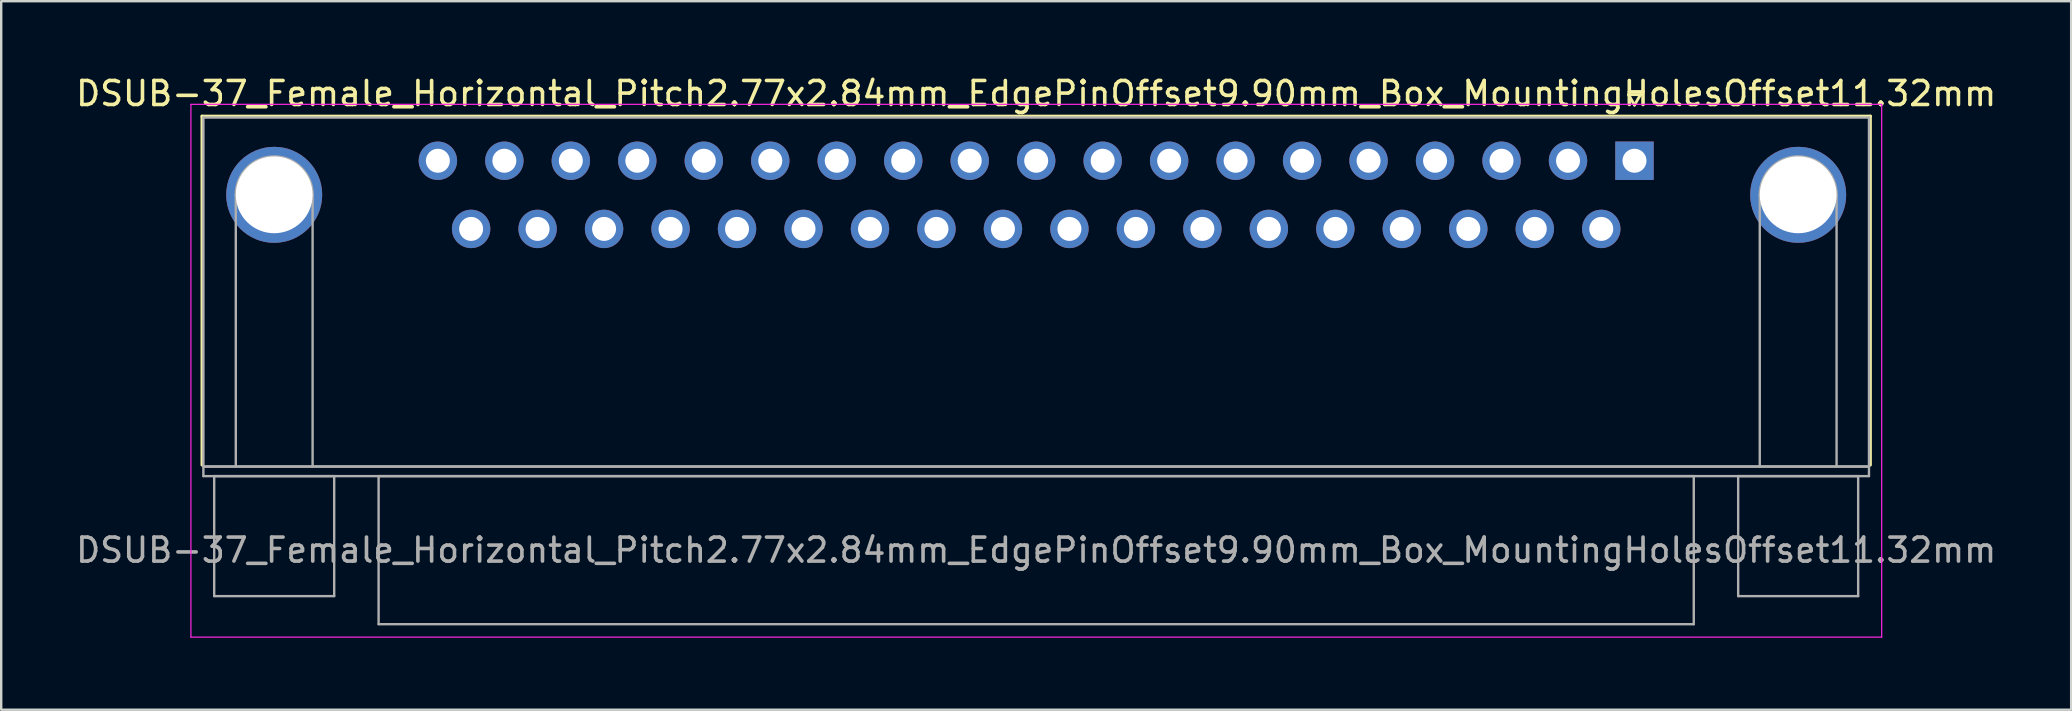
<source format=kicad_pcb>
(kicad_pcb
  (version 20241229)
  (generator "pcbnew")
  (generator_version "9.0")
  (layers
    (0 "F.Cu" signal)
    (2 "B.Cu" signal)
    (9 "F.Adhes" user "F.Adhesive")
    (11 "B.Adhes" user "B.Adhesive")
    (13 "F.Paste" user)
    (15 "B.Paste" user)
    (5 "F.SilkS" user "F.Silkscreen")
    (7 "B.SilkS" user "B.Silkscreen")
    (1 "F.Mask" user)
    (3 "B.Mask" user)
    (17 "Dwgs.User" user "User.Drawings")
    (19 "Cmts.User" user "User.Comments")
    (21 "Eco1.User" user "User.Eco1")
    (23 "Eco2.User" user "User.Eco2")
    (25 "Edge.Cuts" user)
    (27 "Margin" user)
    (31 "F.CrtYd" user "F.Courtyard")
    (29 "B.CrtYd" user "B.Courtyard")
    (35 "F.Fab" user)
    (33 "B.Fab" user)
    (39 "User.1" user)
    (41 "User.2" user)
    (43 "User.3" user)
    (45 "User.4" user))
  (footprint "DSUB-37_Female_Horizontal_Pitch2.77x2.84mm_EdgePinOffset9.90mm_Box_MountingHolesOffset11.32mm"
    (layer "F.Cu")
    (at 65.055 3.648)
    (property "Reference" "DSUB-37_Female_Horizontal_Pitch2.77x2.84mm_EdgePinOffset9.90mm_Box_MountingHolesOffset11.32mm" (at -24.93 -2.8 0) (layer "F.SilkS") (effects (font (size 1 1) (thickness 0.15))))
    (attr through_hole)
    (fp_line (start -59.69 -1.86) (end 9.83 -1.86) (stroke (width 0.12) (type solid)) (layer "F.SilkS"))
    (fp_line (start -59.69 12.68) (end -59.69 -1.86) (stroke (width 0.12) (type solid)) (layer "F.SilkS"))
    (fp_line (start -0.25 -2.754) (end 0.25 -2.754) (stroke (width 0.12) (type solid)) (layer "F.SilkS"))
    (fp_line (start 0 -2.321) (end -0.25 -2.754) (stroke (width 0.12) (type solid)) (layer "F.SilkS"))
    (fp_line (start 0.25 -2.754) (end 0 -2.321) (stroke (width 0.12) (type solid)) (layer "F.SilkS"))
    (fp_line (start 9.83 -1.86) (end 9.83 12.68) (stroke (width 0.12) (type solid)) (layer "F.SilkS"))
    (fp_line (start -60.15 -2.35) (end -60.15 19.85) (stroke (width 0.05) (type solid)) (layer "F.CrtYd"))
    (fp_line (start -60.15 19.85) (end 10.3 19.85) (stroke (width 0.05) (type solid)) (layer "F.CrtYd"))
    (fp_line (start 10.3 -2.35) (end -60.15 -2.35) (stroke (width 0.05) (type solid)) (layer "F.CrtYd"))
    (fp_line (start 10.3 19.85) (end 10.3 -2.35) (stroke (width 0.05) (type solid)) (layer "F.CrtYd"))
    (fp_line (start -59.63 -1.8) (end -59.63 12.74) (stroke (width 0.1) (type solid)) (layer "F.Fab"))
    (fp_line (start -59.63 12.74) (end -59.63 13.14) (stroke (width 0.1) (type solid)) (layer "F.Fab"))
    (fp_line (start -59.63 12.74) (end 9.77 12.74) (stroke (width 0.1) (type solid)) (layer "F.Fab"))
    (fp_line (start -59.63 13.14) (end 9.77 13.14) (stroke (width 0.1) (type solid)) (layer "F.Fab"))
    (fp_line (start -59.18 13.14) (end -59.18 18.14) (stroke (width 0.1) (type solid)) (layer "F.Fab"))
    (fp_line (start -59.18 18.14) (end -54.18 18.14) (stroke (width 0.1) (type solid)) (layer "F.Fab"))
    (fp_line (start -58.28 12.74) (end -58.28 1.42) (stroke (width 0.1) (type solid)) (layer "F.Fab"))
    (fp_line (start -55.08 12.74) (end -55.08 1.42) (stroke (width 0.1) (type solid)) (layer "F.Fab"))
    (fp_line (start -54.18 13.14) (end -59.18 13.14) (stroke (width 0.1) (type solid)) (layer "F.Fab"))
    (fp_line (start -54.18 18.14) (end -54.18 13.14) (stroke (width 0.1) (type solid)) (layer "F.Fab"))
    (fp_line (start -52.33 13.14) (end -52.33 19.31) (stroke (width 0.1) (type solid)) (layer "F.Fab"))
    (fp_line (start -52.33 19.31) (end 2.47 19.31) (stroke (width 0.1) (type solid)) (layer "F.Fab"))
    (fp_line (start 2.47 13.14) (end -52.33 13.14) (stroke (width 0.1) (type solid)) (layer "F.Fab"))
    (fp_line (start 2.47 19.31) (end 2.47 13.14) (stroke (width 0.1) (type solid)) (layer "F.Fab"))
    (fp_line (start 4.32 13.14) (end 4.32 18.14) (stroke (width 0.1) (type solid)) (layer "F.Fab"))
    (fp_line (start 4.32 18.14) (end 9.32 18.14) (stroke (width 0.1) (type solid)) (layer "F.Fab"))
    (fp_line (start 5.22 12.74) (end 5.22 1.42) (stroke (width 0.1) (type solid)) (layer "F.Fab"))
    (fp_line (start 8.42 12.74) (end 8.42 1.42) (stroke (width 0.1) (type solid)) (layer "F.Fab"))
    (fp_line (start 9.32 13.14) (end 4.32 13.14) (stroke (width 0.1) (type solid)) (layer "F.Fab"))
    (fp_line (start 9.32 18.14) (end 9.32 13.14) (stroke (width 0.1) (type solid)) (layer "F.Fab"))
    (fp_line (start 9.77 -1.8) (end -59.63 -1.8) (stroke (width 0.1) (type solid)) (layer "F.Fab"))
    (fp_line (start 9.77 12.74) (end -59.63 12.74) (stroke (width 0.1) (type solid)) (layer "F.Fab"))
    (fp_line (start 9.77 12.74) (end 9.77 -1.8) (stroke (width 0.1) (type solid)) (layer "F.Fab"))
    (fp_line (start 9.77 13.14) (end 9.77 12.74) (stroke (width 0.1) (type solid)) (layer "F.Fab"))
    (fp_arc (start -58.28 1.42) (mid -56.68 -0.18) (end -55.08 1.42) (stroke (width 0.1) (type solid)) (layer "F.Fab"))
    (fp_arc (start 5.22 1.42) (mid 6.82 -0.18) (end 8.42 1.42) (stroke (width 0.1) (type solid)) (layer "F.Fab"))
    (fp_text user "${REFERENCE}" (at -24.93 16.225 0) (layer "F.Fab") (effects (font (size 1 1) (thickness 0.15))))
    (pad "0" thru_hole circle (at -56.68 1.42) (size 4 4) (drill 3.2) (layers "*.Cu" "*.Mask"))
    (pad "0" thru_hole circle (at 6.82 1.42) (size 4 4) (drill 3.2) (layers "*.Cu" "*.Mask"))
    (pad "1" thru_hole rect (at 0 0) (size 1.6 1.6) (drill 1) (layers "*.Cu" "*.Mask"))
    (pad "2" thru_hole circle (at -2.77 0) (size 1.6 1.6) (drill 1) (layers "*.Cu" "*.Mask"))
    (pad "3" thru_hole circle (at -5.54 0) (size 1.6 1.6) (drill 1) (layers "*.Cu" "*.Mask"))
    (pad "4" thru_hole circle (at -8.31 0) (size 1.6 1.6) (drill 1) (layers "*.Cu" "*.Mask"))
    (pad "5" thru_hole circle (at -11.08 0) (size 1.6 1.6) (drill 1) (layers "*.Cu" "*.Mask"))
    (pad "6" thru_hole circle (at -13.85 0) (size 1.6 1.6) (drill 1) (layers "*.Cu" "*.Mask"))
    (pad "7" thru_hole circle (at -16.62 0) (size 1.6 1.6) (drill 1) (layers "*.Cu" "*.Mask"))
    (pad "8" thru_hole circle (at -19.39 0) (size 1.6 1.6) (drill 1) (layers "*.Cu" "*.Mask"))
    (pad "9" thru_hole circle (at -22.16 0) (size 1.6 1.6) (drill 1) (layers "*.Cu" "*.Mask"))
    (pad "10" thru_hole circle (at -24.93 0) (size 1.6 1.6) (drill 1) (layers "*.Cu" "*.Mask"))
    (pad "11" thru_hole circle (at -27.7 0) (size 1.6 1.6) (drill 1) (layers "*.Cu" "*.Mask"))
    (pad "12" thru_hole circle (at -30.47 0) (size 1.6 1.6) (drill 1) (layers "*.Cu" "*.Mask"))
    (pad "13" thru_hole circle (at -33.24 0) (size 1.6 1.6) (drill 1) (layers "*.Cu" "*.Mask"))
    (pad "14" thru_hole circle (at -36.01 0) (size 1.6 1.6) (drill 1) (layers "*.Cu" "*.Mask"))
    (pad "15" thru_hole circle (at -38.78 0) (size 1.6 1.6) (drill 1) (layers "*.Cu" "*.Mask"))
    (pad "16" thru_hole circle (at -41.55 0) (size 1.6 1.6) (drill 1) (layers "*.Cu" "*.Mask"))
    (pad "17" thru_hole circle (at -44.32 0) (size 1.6 1.6) (drill 1) (layers "*.Cu" "*.Mask"))
    (pad "18" thru_hole circle (at -47.09 0) (size 1.6 1.6) (drill 1) (layers "*.Cu" "*.Mask"))
    (pad "19" thru_hole circle (at -49.86 0) (size 1.6 1.6) (drill 1) (layers "*.Cu" "*.Mask"))
    (pad "20" thru_hole circle (at -1.385 2.84) (size 1.6 1.6) (drill 1) (layers "*.Cu" "*.Mask"))
    (pad "21" thru_hole circle (at -4.155 2.84) (size 1.6 1.6) (drill 1) (layers "*.Cu" "*.Mask"))
    (pad "22" thru_hole circle (at -6.925 2.84) (size 1.6 1.6) (drill 1) (layers "*.Cu" "*.Mask"))
    (pad "23" thru_hole circle (at -9.695 2.84) (size 1.6 1.6) (drill 1) (layers "*.Cu" "*.Mask"))
    (pad "24" thru_hole circle (at -12.465 2.84) (size 1.6 1.6) (drill 1) (layers "*.Cu" "*.Mask"))
    (pad "25" thru_hole circle (at -15.235 2.84) (size 1.6 1.6) (drill 1) (layers "*.Cu" "*.Mask"))
    (pad "26" thru_hole circle (at -18.005 2.84) (size 1.6 1.6) (drill 1) (layers "*.Cu" "*.Mask"))
    (pad "27" thru_hole circle (at -20.775 2.84) (size 1.6 1.6) (drill 1) (layers "*.Cu" "*.Mask"))
    (pad "28" thru_hole circle (at -23.545 2.84) (size 1.6 1.6) (drill 1) (layers "*.Cu" "*.Mask"))
    (pad "29" thru_hole circle (at -26.315 2.84) (size 1.6 1.6) (drill 1) (layers "*.Cu" "*.Mask"))
    (pad "30" thru_hole circle (at -29.085 2.84) (size 1.6 1.6) (drill 1) (layers "*.Cu" "*.Mask"))
    (pad "31" thru_hole circle (at -31.855 2.84) (size 1.6 1.6) (drill 1) (layers "*.Cu" "*.Mask"))
    (pad "32" thru_hole circle (at -34.625 2.84) (size 1.6 1.6) (drill 1) (layers "*.Cu" "*.Mask"))
    (pad "33" thru_hole circle (at -37.395 2.84) (size 1.6 1.6) (drill 1) (layers "*.Cu" "*.Mask"))
    (pad "34" thru_hole circle (at -40.165 2.84) (size 1.6 1.6) (drill 1) (layers "*.Cu" "*.Mask"))
    (pad "35" thru_hole circle (at -42.935 2.84) (size 1.6 1.6) (drill 1) (layers "*.Cu" "*.Mask"))
    (pad "36" thru_hole circle (at -45.705 2.84) (size 1.6 1.6) (drill 1) (layers "*.Cu" "*.Mask"))
    (pad "37" thru_hole circle (at -48.475 2.84) (size 1.6 1.6) (drill 1) (layers "*.Cu" "*.Mask")))
  (gr_rect
    (start -3 -3)
    (end 83.25 26.523)
    (stroke (width 0.1) (type default))
    (fill no)
    (layer "Edge.Cuts")))
</source>
